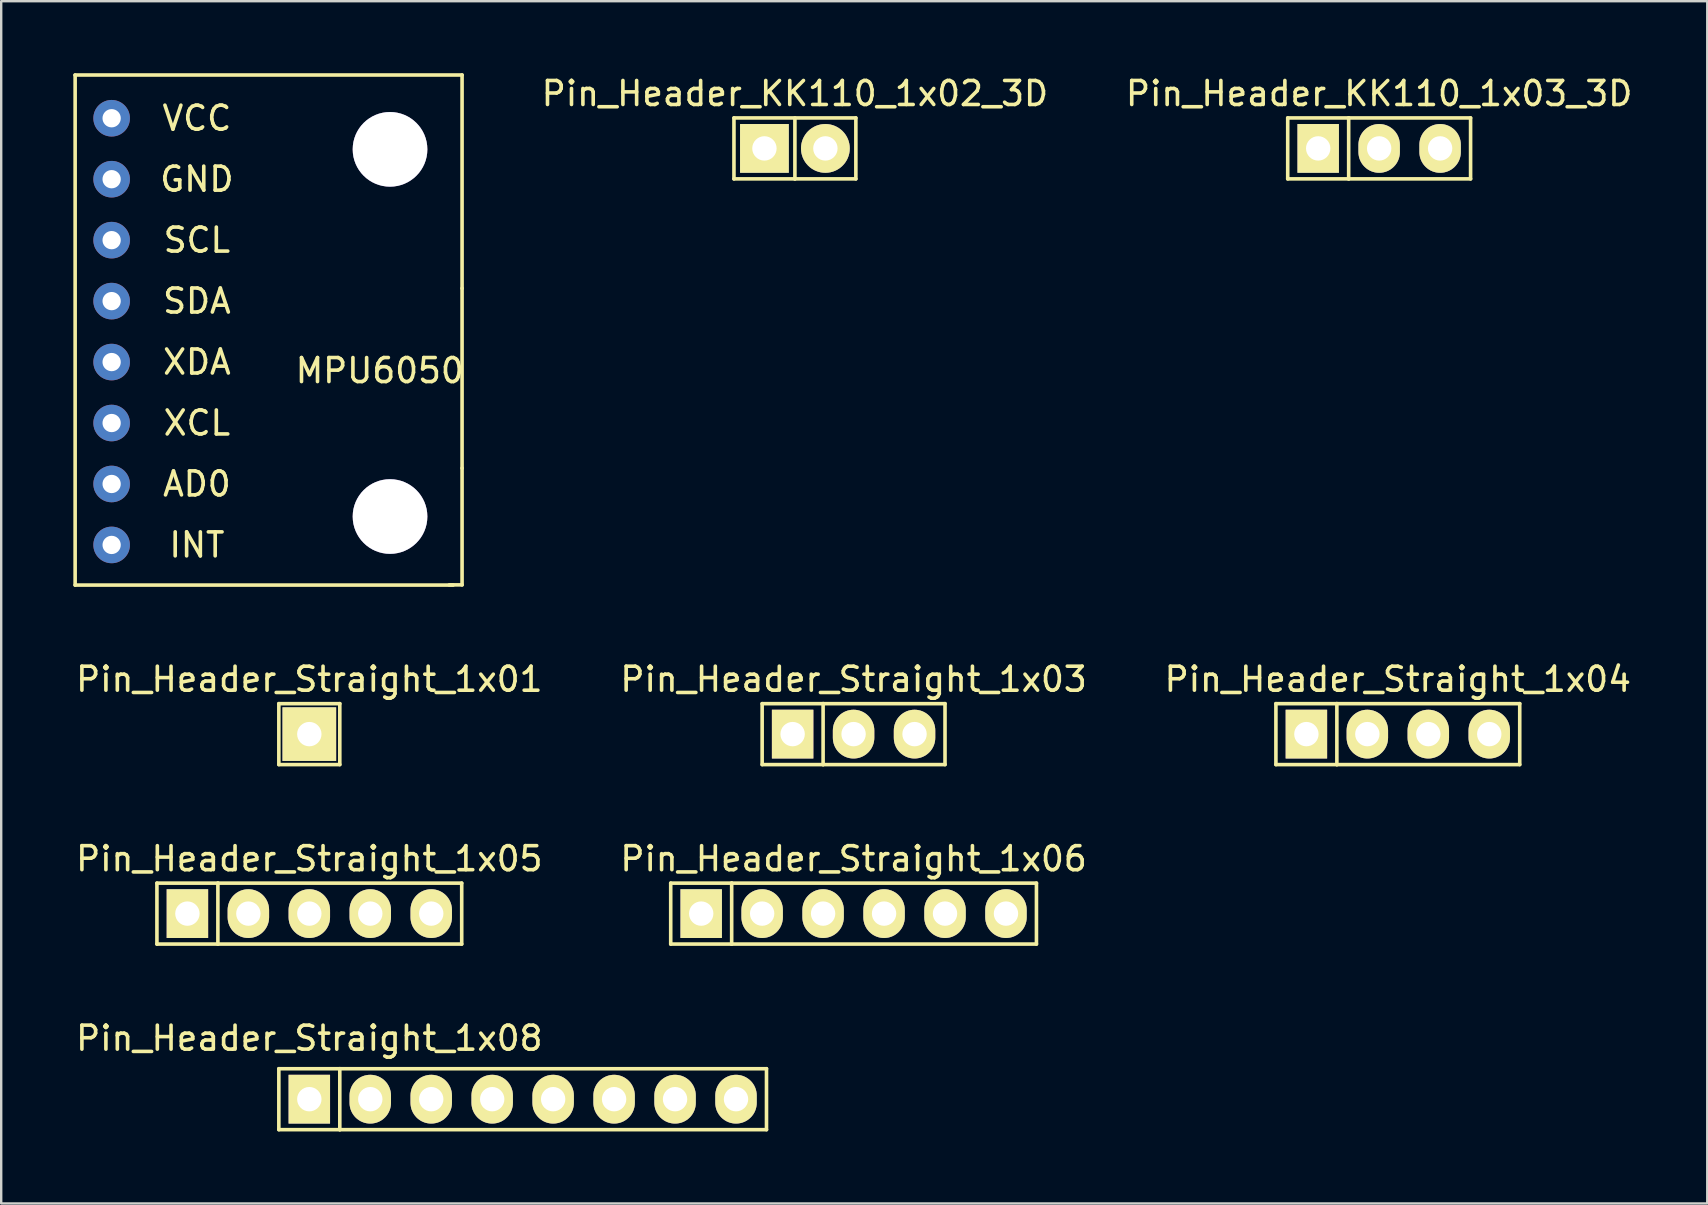
<source format=kicad_pcb>
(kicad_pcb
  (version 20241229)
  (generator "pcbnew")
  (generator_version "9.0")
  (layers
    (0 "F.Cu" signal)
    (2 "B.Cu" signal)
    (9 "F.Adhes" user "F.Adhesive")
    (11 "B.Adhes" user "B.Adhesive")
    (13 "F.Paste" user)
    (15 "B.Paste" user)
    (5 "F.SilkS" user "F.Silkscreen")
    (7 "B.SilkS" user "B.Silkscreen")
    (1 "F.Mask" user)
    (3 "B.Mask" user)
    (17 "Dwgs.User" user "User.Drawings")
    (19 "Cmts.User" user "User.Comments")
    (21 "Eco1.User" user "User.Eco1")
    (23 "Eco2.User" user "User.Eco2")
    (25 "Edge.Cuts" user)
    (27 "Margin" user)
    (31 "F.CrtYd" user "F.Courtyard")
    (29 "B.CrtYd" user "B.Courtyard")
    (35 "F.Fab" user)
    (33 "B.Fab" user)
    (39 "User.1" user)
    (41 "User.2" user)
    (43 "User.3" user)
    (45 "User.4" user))
  (footprint "Pin_Header_Straight_1x06"
    (layer "F.Cu")
    (at 32.518 35.019)
    (property "Reference" "Pin_Header_Straight_1x06" (at 0 -2.286 0) (layer "F.SilkS") (effects (font (size 1 1) (thickness 0.15))))
    (attr through_hole)
    (fp_line (start -7.62 -1.27) (end -7.62 1.27) (stroke (width 0.15) (type solid)) (layer "F.SilkS"))
    (fp_line (start -7.62 -1.27) (end -5.08 -1.27) (stroke (width 0.15) (type solid)) (layer "F.SilkS"))
    (fp_line (start -7.62 1.27) (end -5.08 1.27) (stroke (width 0.15) (type solid)) (layer "F.SilkS"))
    (fp_line (start -5.08 -1.27) (end -5.08 1.27) (stroke (width 0.15) (type solid)) (layer "F.SilkS"))
    (fp_line (start -5.08 -1.27) (end 7.62 -1.27) (stroke (width 0.15) (type solid)) (layer "F.SilkS"))
    (fp_line (start 7.62 -1.27) (end 7.62 1.27) (stroke (width 0.15) (type solid)) (layer "F.SilkS"))
    (fp_line (start 7.62 1.27) (end -5.08 1.27) (stroke (width 0.15) (type solid)) (layer "F.SilkS"))
    (pad "1" thru_hole rect (at -6.35 0) (size 1.727 2.032) (drill 1.016) (layers "*.Cu" "*.Mask" "F.SilkS"))
    (pad "2" thru_hole oval (at -3.81 0) (size 1.727 2.032) (drill 1.016) (layers "*.Cu" "*.Mask" "F.SilkS"))
    (pad "3" thru_hole oval (at -1.27 0) (size 1.727 2.032) (drill 1.016) (layers "*.Cu" "*.Mask" "F.SilkS"))
    (pad "4" thru_hole oval (at 1.27 0) (size 1.727 2.032) (drill 1.016) (layers "*.Cu" "*.Mask" "F.SilkS"))
    (pad "5" thru_hole oval (at 3.81 0) (size 1.727 2.032) (drill 1.016) (layers "*.Cu" "*.Mask" "F.SilkS"))
    (pad "6" thru_hole oval (at 6.35 0) (size 1.727 2.032) (drill 1.016) (layers "*.Cu" "*.Mask" "F.SilkS")))
  (footprint "MPU6050"
    (layer "F.Cu")
    (at 7.957 10.723)
    (property "Reference" "MPU6050" (at 4.818 1.671 0) (layer "F.SilkS") (effects (font (size 1 1) (thickness 0.15))))
    (attr through_hole)
    (fp_line (start -7.876 10.607) (end -7.876 -10.643) (stroke (width 0.15) (type solid)) (layer "F.SilkS"))
    (fp_line (start 7.874 10.607) (end -7.876 10.607) (stroke (width 0.15) (type solid)) (layer "F.SilkS"))
    (fp_line (start 8.247 -10.648) (end -7.882 -10.648) (stroke (width 0.15) (type solid)) (layer "F.SilkS"))
    (fp_line (start 8.247 -1.758) (end 8.247 -10.648) (stroke (width 0.15) (type solid)) (layer "F.SilkS"))
    (fp_line (start 8.247 -1.758) (end 8.247 5.735) (stroke (width 0.15) (type solid)) (layer "F.SilkS"))
    (fp_line (start 8.247 5.735) (end 8.247 10.599) (stroke (width 0.15) (type solid)) (layer "F.SilkS"))
    (fp_line (start 8.247 10.599) (end 7.713 10.599) (stroke (width 0.15) (type solid)) (layer "F.SilkS"))
    (fp_line (start 4.928 -7.988) (end 5.499 -7.988) (stroke (width 0.12) (type solid)) (layer "Eco1.User"))
    (fp_text user "SCL" (at -2.802 -3.766 0) (layer "F.SilkS") (effects (font (size 1 1) (thickness 0.15))))
    (fp_text user "GND" (at -2.802 -6.306 0) (layer "F.SilkS") (effects (font (size 1 1) (thickness 0.15))))
    (fp_text user "XDA" (at -2.802 1.314 0) (layer "F.SilkS") (effects (font (size 1 1) (thickness 0.15))))
    (fp_text user "XCL" (at -2.802 3.854 0) (layer "F.SilkS") (effects (font (size 1 1) (thickness 0.15))))
    (fp_text user "SDA" (at -2.802 -1.226 0) (layer "F.SilkS") (effects (font (size 1 1) (thickness 0.15))))
    (fp_text user "AD0" (at -2.802 6.394 0) (layer "F.SilkS") (effects (font (size 1 1) (thickness 0.15))))
    (fp_text user "VCC" (at -2.802 -8.846 0) (layer "F.SilkS") (effects (font (size 1 1) (thickness 0.15))))
    (fp_text user "INT" (at -2.802 8.934 0) (layer "F.SilkS") (effects (font (size 1 1) (thickness 0.15))))
    (pad "" thru_hole circle (at 5.245 -7.55) (size 3.11 3.11) (drill 3.11) (layers "*.Cu" "*.Mask"))
    (pad "" thru_hole circle (at 5.245 7.75) (size 3.11 3.11) (drill 3.11) (layers "*.Cu" "*.Mask"))
    (pad "1" thru_hole circle (at -6.355 -8.846) (size 1.524 1.524) (drill 0.762) (layers "*.Cu" "*.Mask"))
    (pad "2" thru_hole circle (at -6.355 -6.306) (size 1.524 1.524) (drill 0.762) (layers "*.Cu" "*.Mask"))
    (pad "3" thru_hole circle (at -6.355 -3.766) (size 1.524 1.524) (drill 0.762) (layers "*.Cu" "*.Mask"))
    (pad "4" thru_hole circle (at -6.355 -1.226) (size 1.524 1.524) (drill 0.762) (layers "*.Cu" "*.Mask"))
    (pad "5" thru_hole circle (at -6.355 1.314) (size 1.524 1.524) (drill 0.762) (layers "*.Cu" "*.Mask"))
    (pad "6" thru_hole circle (at -6.355 3.854) (size 1.524 1.524) (drill 0.762) (layers "*.Cu" "*.Mask"))
    (pad "7" thru_hole circle (at -6.355 6.394) (size 1.524 1.524) (drill 0.762) (layers "*.Cu" "*.Mask"))
    (pad "8" thru_hole circle (at -6.355 8.934) (size 1.524 1.524) (drill 0.762) (layers "*.Cu" "*.Mask")))
  (footprint "Pin_Header_Straight_1x08"
    (layer "F.Cu")
    (at 18.729 42.752)
    (property "Reference" "Pin_Header_Straight_1x08" (at -8.89 -2.54 0) (layer "F.SilkS") (effects (font (size 1 1) (thickness 0.15))))
    (attr through_hole)
    (fp_line (start -10.16 -1.27) (end -10.16 1.27) (stroke (width 0.15) (type solid)) (layer "F.SilkS"))
    (fp_line (start -10.16 -1.27) (end -7.62 -1.27) (stroke (width 0.15) (type solid)) (layer "F.SilkS"))
    (fp_line (start -10.16 1.27) (end -7.62 1.27) (stroke (width 0.15) (type solid)) (layer "F.SilkS"))
    (fp_line (start -7.62 -1.27) (end -7.62 1.27) (stroke (width 0.15) (type solid)) (layer "F.SilkS"))
    (fp_line (start -7.62 -1.27) (end 10.16 -1.27) (stroke (width 0.15) (type solid)) (layer "F.SilkS"))
    (fp_line (start 10.16 -1.27) (end 10.16 1.27) (stroke (width 0.15) (type solid)) (layer "F.SilkS"))
    (fp_line (start 10.16 1.27) (end -7.62 1.27) (stroke (width 0.15) (type solid)) (layer "F.SilkS"))
    (pad "1" thru_hole rect (at -8.89 0) (size 1.727 2.032) (drill 1.016) (layers "*.Cu" "*.Mask" "F.SilkS"))
    (pad "2" thru_hole oval (at -6.35 0) (size 1.727 2.032) (drill 1.016) (layers "*.Cu" "*.Mask" "F.SilkS"))
    (pad "3" thru_hole oval (at -3.81 0) (size 1.727 2.032) (drill 1.016) (layers "*.Cu" "*.Mask" "F.SilkS"))
    (pad "4" thru_hole oval (at -1.27 0) (size 1.727 2.032) (drill 1.016) (layers "*.Cu" "*.Mask" "F.SilkS"))
    (pad "5" thru_hole oval (at 1.27 0) (size 1.727 2.032) (drill 1.016) (layers "*.Cu" "*.Mask" "F.SilkS"))
    (pad "6" thru_hole oval (at 3.81 0) (size 1.727 2.032) (drill 1.016) (layers "*.Cu" "*.Mask" "F.SilkS"))
    (pad "7" thru_hole oval (at 6.35 0) (size 1.727 2.032) (drill 1.016) (layers "*.Cu" "*.Mask" "F.SilkS"))
    (pad "8" thru_hole oval (at 8.89 0) (size 1.727 2.032) (drill 1.016) (layers "*.Cu" "*.Mask" "F.SilkS")))
  (footprint "Pin_Header_Straight_1x01"
    (layer "F.Cu")
    (at 9.839 27.54)
    (property "Reference" "Pin_Header_Straight_1x01" (at 0 -2.286 0) (layer "F.SilkS") (effects (font (size 1 1) (thickness 0.15))))
    (attr through_hole)
    (fp_line (start -1.27 -1.27) (end -1.27 1.27) (stroke (width 0.15) (type solid)) (layer "F.SilkS"))
    (fp_line (start -1.27 1.27) (end 1.27 1.27) (stroke (width 0.15) (type solid)) (layer "F.SilkS"))
    (fp_line (start 1.27 -1.27) (end -1.27 -1.27) (stroke (width 0.15) (type solid)) (layer "F.SilkS"))
    (fp_line (start 1.27 1.27) (end 1.27 -1.27) (stroke (width 0.15) (type solid)) (layer "F.SilkS"))
    (pad "1" thru_hole rect (at 0 0) (size 2.235 2.235) (drill 1.016) (layers "*.Cu" "*.Mask" "F.SilkS")))
  (footprint "Pin_Header_KK110_1x03_3D"
    (layer "F.Cu")
    (at 54.418 3.134)
    (property "Reference" "Pin_Header_KK110_1x03_3D" (at 0 -2.286 0) (layer "F.SilkS") (effects (font (size 1 1) (thickness 0.15))))
    (attr through_hole)
    (fp_line (start -3.81 -1.27) (end -3.81 1.27) (stroke (width 0.15) (type solid)) (layer "F.SilkS"))
    (fp_line (start -3.81 -1.27) (end -1.27 -1.27) (stroke (width 0.15) (type solid)) (layer "F.SilkS"))
    (fp_line (start -3.81 1.27) (end -1.27 1.27) (stroke (width 0.15) (type solid)) (layer "F.SilkS"))
    (fp_line (start -1.27 -1.27) (end -1.27 1.27) (stroke (width 0.15) (type solid)) (layer "F.SilkS"))
    (fp_line (start -1.27 1.27) (end 3.81 1.27) (stroke (width 0.15) (type solid)) (layer "F.SilkS"))
    (fp_line (start 3.81 -1.27) (end -1.27 -1.27) (stroke (width 0.15) (type solid)) (layer "F.SilkS"))
    (fp_line (start 3.81 1.27) (end 3.81 -1.27) (stroke (width 0.15) (type solid)) (layer "F.SilkS"))
    (pad "1" thru_hole rect (at -2.54 0) (size 1.727 2.032) (drill 1.016) (layers "*.Cu" "*.Mask" "F.SilkS"))
    (pad "2" thru_hole oval (at 0 0) (size 1.727 2.032) (drill 1.016) (layers "*.Cu" "*.Mask" "F.SilkS"))
    (pad "3" thru_hole oval (at 2.54 0) (size 1.727 2.032) (drill 1.016) (layers "*.Cu" "*.Mask" "F.SilkS")))
  (footprint "Pin_Header_Straight_1x05"
    (layer "F.Cu")
    (at 9.839 35.019)
    (property "Reference" "Pin_Header_Straight_1x05" (at 0 -2.286 0) (layer "F.SilkS") (effects (font (size 1 1) (thickness 0.15))))
    (attr through_hole)
    (fp_line (start -6.35 -1.27) (end -6.35 1.27) (stroke (width 0.15) (type solid)) (layer "F.SilkS"))
    (fp_line (start -6.35 -1.27) (end -3.81 -1.27) (stroke (width 0.15) (type solid)) (layer "F.SilkS"))
    (fp_line (start -6.35 1.27) (end -3.81 1.27) (stroke (width 0.15) (type solid)) (layer "F.SilkS"))
    (fp_line (start -3.81 -1.27) (end -3.81 1.27) (stroke (width 0.15) (type solid)) (layer "F.SilkS"))
    (fp_line (start -3.81 -1.27) (end 6.35 -1.27) (stroke (width 0.15) (type solid)) (layer "F.SilkS"))
    (fp_line (start 6.35 -1.27) (end 6.35 1.27) (stroke (width 0.15) (type solid)) (layer "F.SilkS"))
    (fp_line (start 6.35 1.27) (end -3.81 1.27) (stroke (width 0.15) (type solid)) (layer "F.SilkS"))
    (pad "1" thru_hole rect (at -5.08 0) (size 1.727 2.032) (drill 1.016) (layers "*.Cu" "*.Mask" "F.SilkS"))
    (pad "2" thru_hole oval (at -2.54 0) (size 1.727 2.032) (drill 1.016) (layers "*.Cu" "*.Mask" "F.SilkS"))
    (pad "3" thru_hole oval (at 0 0) (size 1.727 2.032) (drill 1.016) (layers "*.Cu" "*.Mask" "F.SilkS"))
    (pad "4" thru_hole oval (at 2.54 0) (size 1.727 2.032) (drill 1.016) (layers "*.Cu" "*.Mask" "F.SilkS"))
    (pad "5" thru_hole oval (at 5.08 0) (size 1.727 2.032) (drill 1.016) (layers "*.Cu" "*.Mask" "F.SilkS")))
  (footprint "Pin_Header_Straight_1x03"
    (layer "F.Cu")
    (at 32.518 27.54)
    (property "Reference" "Pin_Header_Straight_1x03" (at 0 -2.286 0) (layer "F.SilkS") (effects (font (size 1 1) (thickness 0.15))))
    (attr through_hole)
    (fp_line (start -3.81 -1.27) (end -3.81 1.27) (stroke (width 0.15) (type solid)) (layer "F.SilkS"))
    (fp_line (start -3.81 -1.27) (end -1.27 -1.27) (stroke (width 0.15) (type solid)) (layer "F.SilkS"))
    (fp_line (start -3.81 1.27) (end -1.27 1.27) (stroke (width 0.15) (type solid)) (layer "F.SilkS"))
    (fp_line (start -1.27 -1.27) (end -1.27 1.27) (stroke (width 0.15) (type solid)) (layer "F.SilkS"))
    (fp_line (start -1.27 1.27) (end 3.81 1.27) (stroke (width 0.15) (type solid)) (layer "F.SilkS"))
    (fp_line (start 3.81 -1.27) (end -1.27 -1.27) (stroke (width 0.15) (type solid)) (layer "F.SilkS"))
    (fp_line (start 3.81 1.27) (end 3.81 -1.27) (stroke (width 0.15) (type solid)) (layer "F.SilkS"))
    (pad "1" thru_hole rect (at -2.54 0) (size 1.727 2.032) (drill 1.016) (layers "*.Cu" "*.Mask" "F.SilkS"))
    (pad "2" thru_hole oval (at 0 0) (size 1.727 2.032) (drill 1.016) (layers "*.Cu" "*.Mask" "F.SilkS"))
    (pad "3" thru_hole oval (at 2.54 0) (size 1.727 2.032) (drill 1.016) (layers "*.Cu" "*.Mask" "F.SilkS")))
  (footprint "Pin_Header_KK110_1x02_3D"
    (layer "F.Cu")
    (at 30.073 3.134)
    (property "Reference" "Pin_Header_KK110_1x02_3D" (at 0 -2.286 0) (layer "F.SilkS") (effects (font (size 1 1) (thickness 0.15))))
    (attr through_hole)
    (fp_line (start -2.54 -1.27) (end -2.54 1.27) (stroke (width 0.15) (type solid)) (layer "F.SilkS"))
    (fp_line (start -2.54 1.27) (end 0 1.27) (stroke (width 0.15) (type solid)) (layer "F.SilkS"))
    (fp_line (start 0 -1.27) (end 0 1.27) (stroke (width 0.15) (type solid)) (layer "F.SilkS"))
    (fp_line (start 0 1.27) (end 2.54 1.27) (stroke (width 0.15) (type solid)) (layer "F.SilkS"))
    (fp_line (start 2.54 -1.27) (end -2.54 -1.27) (stroke (width 0.15) (type solid)) (layer "F.SilkS"))
    (fp_line (start 2.54 1.27) (end 2.54 -1.27) (stroke (width 0.15) (type solid)) (layer "F.SilkS"))
    (pad "1" thru_hole rect (at -1.27 0) (size 2.032 2.032) (drill 1.016) (layers "*.Cu" "*.Mask" "F.SilkS"))
    (pad "2" thru_hole oval (at 1.27 0) (size 2.032 2.032) (drill 1.016) (layers "*.Cu" "*.Mask" "F.SilkS")))
  (footprint "Pin_Header_Straight_1x04"
    (layer "F.Cu")
    (at 55.196 27.54)
    (property "Reference" "Pin_Header_Straight_1x04" (at 0 -2.286 0) (layer "F.SilkS") (effects (font (size 1 1) (thickness 0.15))))
    (attr through_hole)
    (fp_line (start -5.08 -1.27) (end -5.08 1.27) (stroke (width 0.15) (type solid)) (layer "F.SilkS"))
    (fp_line (start -5.08 -1.27) (end -2.54 -1.27) (stroke (width 0.15) (type solid)) (layer "F.SilkS"))
    (fp_line (start -5.08 1.27) (end -2.54 1.27) (stroke (width 0.15) (type solid)) (layer "F.SilkS"))
    (fp_line (start -2.54 -1.27) (end -2.54 1.27) (stroke (width 0.15) (type solid)) (layer "F.SilkS"))
    (fp_line (start -2.54 -1.27) (end 5.08 -1.27) (stroke (width 0.15) (type solid)) (layer "F.SilkS"))
    (fp_line (start -2.54 1.27) (end 5.08 1.27) (stroke (width 0.15) (type solid)) (layer "F.SilkS"))
    (fp_line (start 5.08 1.27) (end 5.08 -1.27) (stroke (width 0.15) (type solid)) (layer "F.SilkS"))
    (pad "1" thru_hole rect (at -3.81 0) (size 1.727 2.032) (drill 1.016) (layers "*.Cu" "*.Mask" "F.SilkS"))
    (pad "2" thru_hole oval (at -1.27 0) (size 1.727 2.032) (drill 1.016) (layers "*.Cu" "*.Mask" "F.SilkS"))
    (pad "3" thru_hole oval (at 1.27 0) (size 1.727 2.032) (drill 1.016) (layers "*.Cu" "*.Mask" "F.SilkS"))
    (pad "4" thru_hole oval (at 3.81 0) (size 1.727 2.032) (drill 1.016) (layers "*.Cu" "*.Mask" "F.SilkS")))
  (gr_rect
    (start -3 -3)
    (end 68.09 47.097)
    (stroke (width 0.1) (type default))
    (fill no)
    (layer "Edge.Cuts")))
</source>
